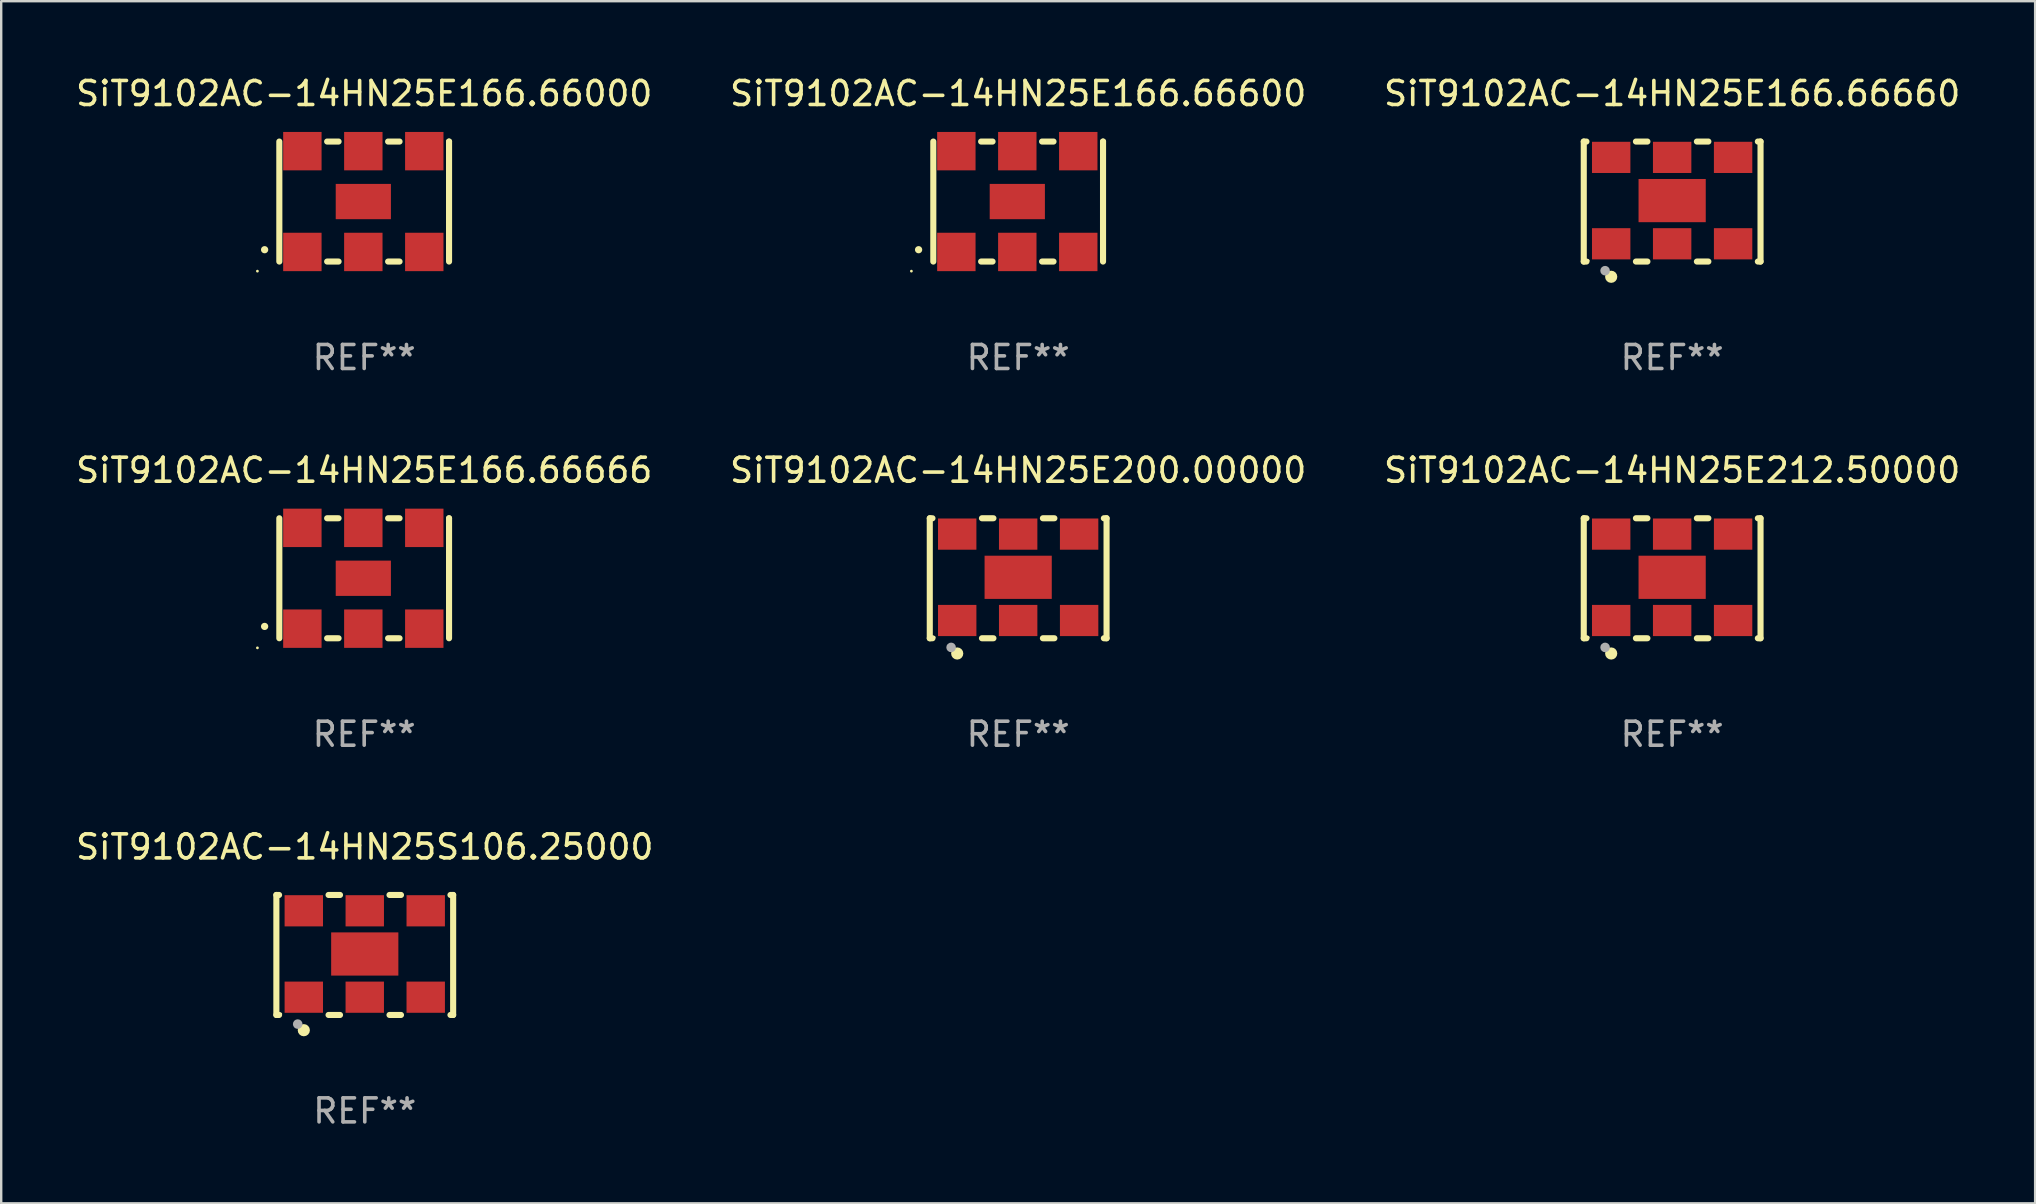
<source format=kicad_pcb>
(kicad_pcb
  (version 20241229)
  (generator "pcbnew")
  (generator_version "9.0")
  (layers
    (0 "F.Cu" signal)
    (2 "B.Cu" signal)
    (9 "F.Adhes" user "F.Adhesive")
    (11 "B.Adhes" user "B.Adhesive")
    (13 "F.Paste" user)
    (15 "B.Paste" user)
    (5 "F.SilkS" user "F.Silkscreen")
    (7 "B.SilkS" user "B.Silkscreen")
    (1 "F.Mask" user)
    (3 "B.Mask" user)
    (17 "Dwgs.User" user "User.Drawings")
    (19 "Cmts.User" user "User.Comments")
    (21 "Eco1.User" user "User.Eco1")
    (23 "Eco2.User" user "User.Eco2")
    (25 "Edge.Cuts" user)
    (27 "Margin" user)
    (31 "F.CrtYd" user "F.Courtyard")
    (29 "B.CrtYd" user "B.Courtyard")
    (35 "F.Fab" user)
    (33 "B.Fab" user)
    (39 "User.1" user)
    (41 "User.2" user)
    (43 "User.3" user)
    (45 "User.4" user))
  (footprint "SiT9102AC-14HN25S106.25000"
    (layer "F.Cu")
    (at 12.149 36.741)
    (property "Reference" "SiT9102AC-14HN25S106.25000" (at 0 -4.5 0) (layer "F.SilkS") (effects (font (size 1 1) (thickness 0.15))))
    (attr through_hole)
    (fp_line (start -3.683 -2.5) (end -3.571 -2.5) (stroke (width 0.254) (type solid)) (layer "F.SilkS"))
    (fp_line (start -3.683 2.5) (end -3.683 -2.5) (stroke (width 0.254) (type solid)) (layer "F.SilkS"))
    (fp_line (start -3.683 2.5) (end -3.571 2.5) (stroke (width 0.254) (type solid)) (layer "F.SilkS"))
    (fp_line (start -1.509 -2.5) (end -1.031 -2.5) (stroke (width 0.254) (type solid)) (layer "F.SilkS"))
    (fp_line (start -1.509 2.5) (end -1.031 2.5) (stroke (width 0.254) (type solid)) (layer "F.SilkS"))
    (fp_line (start 1.031 -2.5) (end 1.509 -2.5) (stroke (width 0.254) (type solid)) (layer "F.SilkS"))
    (fp_line (start 1.031 2.5) (end 1.509 2.5) (stroke (width 0.254) (type solid)) (layer "F.SilkS"))
    (fp_line (start 3.571 -2.5) (end 3.683 -2.5) (stroke (width 0.254) (type solid)) (layer "F.SilkS"))
    (fp_line (start 3.571 2.5) (end 3.683 2.5) (stroke (width 0.254) (type solid)) (layer "F.SilkS"))
    (fp_line (start 3.683 2.5) (end 3.683 -2.5) (stroke (width 0.254) (type solid)) (layer "F.SilkS"))
    (fp_circle (center -3.5 2.46) (end -3.47 2.46) (stroke (width 0.06) (type solid)) (fill no) (layer "F.SilkS"))
    (fp_circle (center -2.54 3.135) (end -2.413 3.135) (stroke (width 0.254) (type solid)) (fill no) (layer "F.SilkS"))
    (fp_circle (center -2.794 2.881) (end -2.694 2.881) (stroke (width 0.2) (type solid)) (fill no) (layer "F.Fab"))
    (fp_text user "REF**" (at 0 6.5 0) (layer "F.Fab") (effects (font (size 1 1) (thickness 0.15))))
    (pad "1" smd rect (at -2.54 1.76) (size 1.6 1.3) (layers "F.Cu" "F.Mask" "F.Paste"))
    (pad "2" smd rect (at 0 1.76) (size 1.6 1.3) (layers "F.Cu" "F.Mask" "F.Paste"))
    (pad "3" smd rect (at 2.54 1.76) (size 1.6 1.3) (layers "F.Cu" "F.Mask" "F.Paste"))
    (pad "4" smd rect (at 2.54 -1.84) (size 1.6 1.3) (layers "F.Cu" "F.Mask" "F.Paste"))
    (pad "5" smd rect (at 0 -1.84) (size 1.6 1.3) (layers "F.Cu" "F.Mask" "F.Paste"))
    (pad "6" smd rect (at -2.54 -1.84) (size 1.6 1.3) (layers "F.Cu" "F.Mask" "F.Paste"))
    (pad "7" smd rect (at 0 -0.04) (size 2.8 1.8) (layers "F.Cu" "F.Mask" "F.Paste")))
  (footprint "SiT9102AC-14HN25E166.66000"
    (layer "F.Cu")
    (at 12.125 5.348)
    (property "Reference" "SiT9102AC-14HN25E166.66000" (at 0 -4.5 0) (layer "F.SilkS") (effects (font (size 1 1) (thickness 0.15))))
    (attr through_hole)
    (fp_line (start -3.536 -2.5) (end -3.536 2.5) (stroke (width 0.254) (type solid)) (layer "F.SilkS"))
    (fp_line (start -1.544 2.5) (end -1.067 2.5) (stroke (width 0.254) (type solid)) (layer "F.SilkS"))
    (fp_line (start -1.067 -2.5) (end -1.544 -2.5) (stroke (width 0.254) (type solid)) (layer "F.SilkS"))
    (fp_line (start 0.996 2.5) (end 1.473 2.5) (stroke (width 0.254) (type solid)) (layer "F.SilkS"))
    (fp_line (start 1.473 -2.5) (end 0.996 -2.5) (stroke (width 0.254) (type solid)) (layer "F.SilkS"))
    (fp_line (start 3.536 -2.5) (end 3.536 -2.5) (stroke (width 0.254) (type solid)) (layer "F.SilkS"))
    (fp_line (start 3.536 2.5) (end 3.536 -2.5) (stroke (width 0.254) (type solid)) (layer "F.SilkS"))
    (fp_arc (start -4.150432 2.006604) (mid -4.149162 2.006599) (end -4.147892 2.006604) (stroke (width 0.3) (type solid)) (layer "F.SilkS"))
    (fp_circle (center -4.449 2.9) (end -4.419 2.9) (stroke (width 0.06) (type solid)) (fill no) (layer "F.SilkS"))
    (fp_text user "REF**" (at 0 6.5 0) (layer "F.Fab") (effects (font (size 1 1) (thickness 0.15))))
    (pad "1" smd rect (at -2.576 2.1) (size 1.6 1.6) (layers "F.Cu" "F.Mask" "F.Paste"))
    (pad "2" smd rect (at -0.036 2.1) (size 1.6 1.6) (layers "F.Cu" "F.Mask" "F.Paste"))
    (pad "3" smd rect (at 2.504 2.1) (size 1.6 1.6) (layers "F.Cu" "F.Mask" "F.Paste"))
    (pad "4" smd rect (at 2.504 -2.1) (size 1.6 1.6) (layers "F.Cu" "F.Mask" "F.Paste"))
    (pad "5" smd rect (at -0.036 -2.1) (size 1.6 1.6) (layers "F.Cu" "F.Mask" "F.Paste"))
    (pad "6" smd rect (at -2.576 -2.1) (size 1.6 1.6) (layers "F.Cu" "F.Mask" "F.Paste"))
    (pad "7" smd rect (at -0.036 0) (size 2.3 1.47) (layers "F.Cu" "F.Mask" "F.Paste")))
  (footprint "SiT9102AC-14HN25E212.50000"
    (layer "F.Cu")
    (at 66.625 21.045)
    (property "Reference" "SiT9102AC-14HN25E212.50000" (at 0 -4.5 0) (layer "F.SilkS") (effects (font (size 1 1) (thickness 0.15))))
    (attr through_hole)
    (fp_line (start -3.683 -2.5) (end -3.571 -2.5) (stroke (width 0.254) (type solid)) (layer "F.SilkS"))
    (fp_line (start -3.683 2.5) (end -3.683 -2.5) (stroke (width 0.254) (type solid)) (layer "F.SilkS"))
    (fp_line (start -3.683 2.5) (end -3.571 2.5) (stroke (width 0.254) (type solid)) (layer "F.SilkS"))
    (fp_line (start -1.509 -2.5) (end -1.031 -2.5) (stroke (width 0.254) (type solid)) (layer "F.SilkS"))
    (fp_line (start -1.509 2.5) (end -1.031 2.5) (stroke (width 0.254) (type solid)) (layer "F.SilkS"))
    (fp_line (start 1.031 -2.5) (end 1.509 -2.5) (stroke (width 0.254) (type solid)) (layer "F.SilkS"))
    (fp_line (start 1.031 2.5) (end 1.509 2.5) (stroke (width 0.254) (type solid)) (layer "F.SilkS"))
    (fp_line (start 3.571 -2.5) (end 3.683 -2.5) (stroke (width 0.254) (type solid)) (layer "F.SilkS"))
    (fp_line (start 3.571 2.5) (end 3.683 2.5) (stroke (width 0.254) (type solid)) (layer "F.SilkS"))
    (fp_line (start 3.683 2.5) (end 3.683 -2.5) (stroke (width 0.254) (type solid)) (layer "F.SilkS"))
    (fp_circle (center -3.5 2.46) (end -3.47 2.46) (stroke (width 0.06) (type solid)) (fill no) (layer "F.SilkS"))
    (fp_circle (center -2.54 3.135) (end -2.413 3.135) (stroke (width 0.254) (type solid)) (fill no) (layer "F.SilkS"))
    (fp_circle (center -2.794 2.881) (end -2.694 2.881) (stroke (width 0.2) (type solid)) (fill no) (layer "F.Fab"))
    (fp_text user "REF**" (at 0 6.5 0) (layer "F.Fab") (effects (font (size 1 1) (thickness 0.15))))
    (pad "1" smd rect (at -2.54 1.76) (size 1.6 1.3) (layers "F.Cu" "F.Mask" "F.Paste"))
    (pad "2" smd rect (at 0 1.76) (size 1.6 1.3) (layers "F.Cu" "F.Mask" "F.Paste"))
    (pad "3" smd rect (at 2.54 1.76) (size 1.6 1.3) (layers "F.Cu" "F.Mask" "F.Paste"))
    (pad "4" smd rect (at 2.54 -1.84) (size 1.6 1.3) (layers "F.Cu" "F.Mask" "F.Paste"))
    (pad "5" smd rect (at 0 -1.84) (size 1.6 1.3) (layers "F.Cu" "F.Mask" "F.Paste"))
    (pad "6" smd rect (at -2.54 -1.84) (size 1.6 1.3) (layers "F.Cu" "F.Mask" "F.Paste"))
    (pad "7" smd rect (at 0 -0.04) (size 2.8 1.8) (layers "F.Cu" "F.Mask" "F.Paste")))
  (footprint "SiT9102AC-14HN25E166.66666"
    (layer "F.Cu")
    (at 12.125 21.045)
    (property "Reference" "SiT9102AC-14HN25E166.66666" (at 0 -4.5 0) (layer "F.SilkS") (effects (font (size 1 1) (thickness 0.15))))
    (attr through_hole)
    (fp_line (start -3.536 -2.5) (end -3.536 2.5) (stroke (width 0.254) (type solid)) (layer "F.SilkS"))
    (fp_line (start -1.544 2.5) (end -1.067 2.5) (stroke (width 0.254) (type solid)) (layer "F.SilkS"))
    (fp_line (start -1.067 -2.5) (end -1.544 -2.5) (stroke (width 0.254) (type solid)) (layer "F.SilkS"))
    (fp_line (start 0.996 2.5) (end 1.473 2.5) (stroke (width 0.254) (type solid)) (layer "F.SilkS"))
    (fp_line (start 1.473 -2.5) (end 0.996 -2.5) (stroke (width 0.254) (type solid)) (layer "F.SilkS"))
    (fp_line (start 3.536 -2.5) (end 3.536 -2.5) (stroke (width 0.254) (type solid)) (layer "F.SilkS"))
    (fp_line (start 3.536 2.5) (end 3.536 -2.5) (stroke (width 0.254) (type solid)) (layer "F.SilkS"))
    (fp_arc (start -4.150432 2.006604) (mid -4.149162 2.006599) (end -4.147892 2.006604) (stroke (width 0.3) (type solid)) (layer "F.SilkS"))
    (fp_circle (center -4.449 2.9) (end -4.419 2.9) (stroke (width 0.06) (type solid)) (fill no) (layer "F.SilkS"))
    (fp_text user "REF**" (at 0 6.5 0) (layer "F.Fab") (effects (font (size 1 1) (thickness 0.15))))
    (pad "1" smd rect (at -2.576 2.1) (size 1.6 1.6) (layers "F.Cu" "F.Mask" "F.Paste"))
    (pad "2" smd rect (at -0.036 2.1) (size 1.6 1.6) (layers "F.Cu" "F.Mask" "F.Paste"))
    (pad "3" smd rect (at 2.504 2.1) (size 1.6 1.6) (layers "F.Cu" "F.Mask" "F.Paste"))
    (pad "4" smd rect (at 2.504 -2.1) (size 1.6 1.6) (layers "F.Cu" "F.Mask" "F.Paste"))
    (pad "5" smd rect (at -0.036 -2.1) (size 1.6 1.6) (layers "F.Cu" "F.Mask" "F.Paste"))
    (pad "6" smd rect (at -2.576 -2.1) (size 1.6 1.6) (layers "F.Cu" "F.Mask" "F.Paste"))
    (pad "7" smd rect (at -0.036 0) (size 2.3 1.47) (layers "F.Cu" "F.Mask" "F.Paste")))
  (footprint "SiT9102AC-14HN25E166.66660"
    (layer "F.Cu")
    (at 66.625 5.348)
    (property "Reference" "SiT9102AC-14HN25E166.66660" (at 0 -4.5 0) (layer "F.SilkS") (effects (font (size 1 1) (thickness 0.15))))
    (attr through_hole)
    (fp_line (start -3.683 -2.5) (end -3.571 -2.5) (stroke (width 0.254) (type solid)) (layer "F.SilkS"))
    (fp_line (start -3.683 2.5) (end -3.683 -2.5) (stroke (width 0.254) (type solid)) (layer "F.SilkS"))
    (fp_line (start -3.683 2.5) (end -3.571 2.5) (stroke (width 0.254) (type solid)) (layer "F.SilkS"))
    (fp_line (start -1.509 -2.5) (end -1.031 -2.5) (stroke (width 0.254) (type solid)) (layer "F.SilkS"))
    (fp_line (start -1.509 2.5) (end -1.031 2.5) (stroke (width 0.254) (type solid)) (layer "F.SilkS"))
    (fp_line (start 1.031 -2.5) (end 1.509 -2.5) (stroke (width 0.254) (type solid)) (layer "F.SilkS"))
    (fp_line (start 1.031 2.5) (end 1.509 2.5) (stroke (width 0.254) (type solid)) (layer "F.SilkS"))
    (fp_line (start 3.571 -2.5) (end 3.683 -2.5) (stroke (width 0.254) (type solid)) (layer "F.SilkS"))
    (fp_line (start 3.571 2.5) (end 3.683 2.5) (stroke (width 0.254) (type solid)) (layer "F.SilkS"))
    (fp_line (start 3.683 2.5) (end 3.683 -2.5) (stroke (width 0.254) (type solid)) (layer "F.SilkS"))
    (fp_circle (center -3.5 2.46) (end -3.47 2.46) (stroke (width 0.06) (type solid)) (fill no) (layer "F.SilkS"))
    (fp_circle (center -2.54 3.135) (end -2.413 3.135) (stroke (width 0.254) (type solid)) (fill no) (layer "F.SilkS"))
    (fp_circle (center -2.794 2.881) (end -2.694 2.881) (stroke (width 0.2) (type solid)) (fill no) (layer "F.Fab"))
    (fp_text user "REF**" (at 0 6.5 0) (layer "F.Fab") (effects (font (size 1 1) (thickness 0.15))))
    (pad "1" smd rect (at -2.54 1.76) (size 1.6 1.3) (layers "F.Cu" "F.Mask" "F.Paste"))
    (pad "2" smd rect (at 0 1.76) (size 1.6 1.3) (layers "F.Cu" "F.Mask" "F.Paste"))
    (pad "3" smd rect (at 2.54 1.76) (size 1.6 1.3) (layers "F.Cu" "F.Mask" "F.Paste"))
    (pad "4" smd rect (at 2.54 -1.84) (size 1.6 1.3) (layers "F.Cu" "F.Mask" "F.Paste"))
    (pad "5" smd rect (at 0 -1.84) (size 1.6 1.3) (layers "F.Cu" "F.Mask" "F.Paste"))
    (pad "6" smd rect (at -2.54 -1.84) (size 1.6 1.3) (layers "F.Cu" "F.Mask" "F.Paste"))
    (pad "7" smd rect (at 0 -0.04) (size 2.8 1.8) (layers "F.Cu" "F.Mask" "F.Paste")))
  (footprint "SiT9102AC-14HN25E200.00000"
    (layer "F.Cu")
    (at 39.375 21.045)
    (property "Reference" "SiT9102AC-14HN25E200.00000" (at 0 -4.5 0) (layer "F.SilkS") (effects (font (size 1 1) (thickness 0.15))))
    (attr through_hole)
    (fp_line (start -3.683 -2.5) (end -3.571 -2.5) (stroke (width 0.254) (type solid)) (layer "F.SilkS"))
    (fp_line (start -3.683 2.5) (end -3.683 -2.5) (stroke (width 0.254) (type solid)) (layer "F.SilkS"))
    (fp_line (start -3.683 2.5) (end -3.571 2.5) (stroke (width 0.254) (type solid)) (layer "F.SilkS"))
    (fp_line (start -1.509 -2.5) (end -1.031 -2.5) (stroke (width 0.254) (type solid)) (layer "F.SilkS"))
    (fp_line (start -1.509 2.5) (end -1.031 2.5) (stroke (width 0.254) (type solid)) (layer "F.SilkS"))
    (fp_line (start 1.031 -2.5) (end 1.509 -2.5) (stroke (width 0.254) (type solid)) (layer "F.SilkS"))
    (fp_line (start 1.031 2.5) (end 1.509 2.5) (stroke (width 0.254) (type solid)) (layer "F.SilkS"))
    (fp_line (start 3.571 -2.5) (end 3.683 -2.5) (stroke (width 0.254) (type solid)) (layer "F.SilkS"))
    (fp_line (start 3.571 2.5) (end 3.683 2.5) (stroke (width 0.254) (type solid)) (layer "F.SilkS"))
    (fp_line (start 3.683 2.5) (end 3.683 -2.5) (stroke (width 0.254) (type solid)) (layer "F.SilkS"))
    (fp_circle (center -3.5 2.46) (end -3.47 2.46) (stroke (width 0.06) (type solid)) (fill no) (layer "F.SilkS"))
    (fp_circle (center -2.54 3.135) (end -2.413 3.135) (stroke (width 0.254) (type solid)) (fill no) (layer "F.SilkS"))
    (fp_circle (center -2.794 2.881) (end -2.694 2.881) (stroke (width 0.2) (type solid)) (fill no) (layer "F.Fab"))
    (fp_text user "REF**" (at 0 6.5 0) (layer "F.Fab") (effects (font (size 1 1) (thickness 0.15))))
    (pad "1" smd rect (at -2.54 1.76) (size 1.6 1.3) (layers "F.Cu" "F.Mask" "F.Paste"))
    (pad "2" smd rect (at 0 1.76) (size 1.6 1.3) (layers "F.Cu" "F.Mask" "F.Paste"))
    (pad "3" smd rect (at 2.54 1.76) (size 1.6 1.3) (layers "F.Cu" "F.Mask" "F.Paste"))
    (pad "4" smd rect (at 2.54 -1.84) (size 1.6 1.3) (layers "F.Cu" "F.Mask" "F.Paste"))
    (pad "5" smd rect (at 0 -1.84) (size 1.6 1.3) (layers "F.Cu" "F.Mask" "F.Paste"))
    (pad "6" smd rect (at -2.54 -1.84) (size 1.6 1.3) (layers "F.Cu" "F.Mask" "F.Paste"))
    (pad "7" smd rect (at 0 -0.04) (size 2.8 1.8) (layers "F.Cu" "F.Mask" "F.Paste")))
  (footprint "SiT9102AC-14HN25E166.66600"
    (layer "F.Cu")
    (at 39.375 5.348)
    (property "Reference" "SiT9102AC-14HN25E166.66600" (at 0 -4.5 0) (layer "F.SilkS") (effects (font (size 1 1) (thickness 0.15))))
    (attr through_hole)
    (fp_line (start -3.536 -2.5) (end -3.536 2.5) (stroke (width 0.254) (type solid)) (layer "F.SilkS"))
    (fp_line (start -1.544 2.5) (end -1.067 2.5) (stroke (width 0.254) (type solid)) (layer "F.SilkS"))
    (fp_line (start -1.067 -2.5) (end -1.544 -2.5) (stroke (width 0.254) (type solid)) (layer "F.SilkS"))
    (fp_line (start 0.996 2.5) (end 1.473 2.5) (stroke (width 0.254) (type solid)) (layer "F.SilkS"))
    (fp_line (start 1.473 -2.5) (end 0.996 -2.5) (stroke (width 0.254) (type solid)) (layer "F.SilkS"))
    (fp_line (start 3.536 -2.5) (end 3.536 -2.5) (stroke (width 0.254) (type solid)) (layer "F.SilkS"))
    (fp_line (start 3.536 2.5) (end 3.536 -2.5) (stroke (width 0.254) (type solid)) (layer "F.SilkS"))
    (fp_arc (start -4.150432 2.006604) (mid -4.149162 2.006599) (end -4.147892 2.006604) (stroke (width 0.3) (type solid)) (layer "F.SilkS"))
    (fp_circle (center -4.449 2.9) (end -4.419 2.9) (stroke (width 0.06) (type solid)) (fill no) (layer "F.SilkS"))
    (fp_text user "REF**" (at 0 6.5 0) (layer "F.Fab") (effects (font (size 1 1) (thickness 0.15))))
    (pad "1" smd rect (at -2.576 2.1) (size 1.6 1.6) (layers "F.Cu" "F.Mask" "F.Paste"))
    (pad "2" smd rect (at -0.036 2.1) (size 1.6 1.6) (layers "F.Cu" "F.Mask" "F.Paste"))
    (pad "3" smd rect (at 2.504 2.1) (size 1.6 1.6) (layers "F.Cu" "F.Mask" "F.Paste"))
    (pad "4" smd rect (at 2.504 -2.1) (size 1.6 1.6) (layers "F.Cu" "F.Mask" "F.Paste"))
    (pad "5" smd rect (at -0.036 -2.1) (size 1.6 1.6) (layers "F.Cu" "F.Mask" "F.Paste"))
    (pad "6" smd rect (at -2.576 -2.1) (size 1.6 1.6) (layers "F.Cu" "F.Mask" "F.Paste"))
    (pad "7" smd rect (at -0.036 0) (size 2.3 1.47) (layers "F.Cu" "F.Mask" "F.Paste")))
  (gr_rect
    (start -3 -3)
    (end 81.75 47.09)
    (stroke (width 0.1) (type default))
    (fill no)
    (layer "Edge.Cuts")))
</source>
